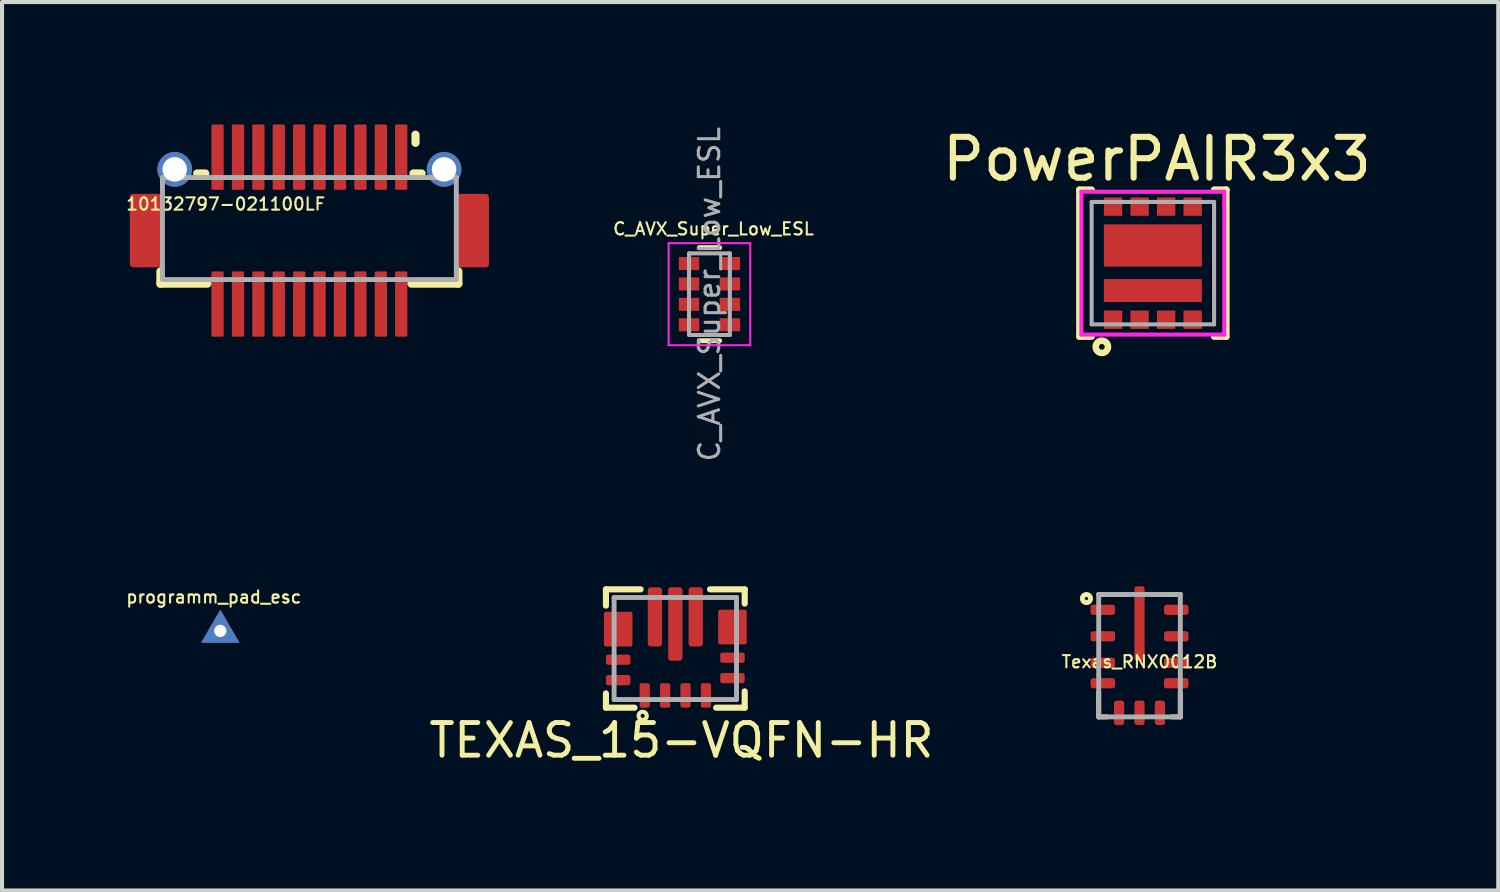
<source format=kicad_pcb>
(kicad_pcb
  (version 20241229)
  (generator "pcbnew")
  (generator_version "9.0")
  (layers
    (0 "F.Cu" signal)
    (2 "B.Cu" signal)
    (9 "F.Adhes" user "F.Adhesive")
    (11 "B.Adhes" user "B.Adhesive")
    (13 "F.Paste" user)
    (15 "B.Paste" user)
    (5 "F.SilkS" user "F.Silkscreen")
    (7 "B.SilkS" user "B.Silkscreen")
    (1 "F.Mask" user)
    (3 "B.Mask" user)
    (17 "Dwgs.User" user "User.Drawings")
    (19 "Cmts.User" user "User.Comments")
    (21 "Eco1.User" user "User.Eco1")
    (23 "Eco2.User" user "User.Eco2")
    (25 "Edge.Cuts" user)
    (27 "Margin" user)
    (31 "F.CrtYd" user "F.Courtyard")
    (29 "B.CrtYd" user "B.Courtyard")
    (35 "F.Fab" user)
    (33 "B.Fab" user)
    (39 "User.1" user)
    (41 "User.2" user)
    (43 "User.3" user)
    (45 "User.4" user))
  (footprint "PowerPAIR3x3"
    (layer "F.Cu")
    (at 25.198 3.398)
    (property "Reference" "PowerPAIR3x3" (at 0.1 -2.55 0) (layer "F.SilkS") (effects (font (size 1 1) (thickness 0.15))))
    (attr through_hole)
    (fp_line (start -1.8 -1.8) (end -1.8 1.8) (stroke (width 0.16) (type solid)) (layer "F.SilkS"))
    (fp_line (start -1.8 1.8) (end -1.5 1.8) (stroke (width 0.16) (type solid)) (layer "F.SilkS"))
    (fp_line (start -1.5 -1.8) (end -1.8 -1.8) (stroke (width 0.16) (type solid)) (layer "F.SilkS"))
    (fp_line (start 1.5 -1.8) (end 1.8 -1.8) (stroke (width 0.16) (type solid)) (layer "F.SilkS"))
    (fp_line (start 1.8 -1.8) (end 1.8 1.8) (stroke (width 0.16) (type solid)) (layer "F.SilkS"))
    (fp_line (start 1.8 1.8) (end 1.5 1.8) (stroke (width 0.16) (type solid)) (layer "F.SilkS"))
    (fp_circle (center -1.25 2.05) (end -1.2 2.1) (stroke (width 0.16) (type solid)) (fill no) (layer "F.SilkS"))
    (fp_line (start -1.75 -1.75) (end -1.75 1.75) (stroke (width 0.1) (type solid)) (layer "F.CrtYd"))
    (fp_line (start -1.75 -1.75) (end 1.75 -1.75) (stroke (width 0.1) (type solid)) (layer "F.CrtYd"))
    (fp_line (start -1.75 1.75) (end 1.75 1.75) (stroke (width 0.1) (type solid)) (layer "F.CrtYd"))
    (fp_line (start 1.75 -1.75) (end 1.75 1.75) (stroke (width 0.1) (type solid)) (layer "F.CrtYd"))
    (fp_line (start -1.5 -1.5) (end 1.5 -1.5) (stroke (width 0.1) (type solid)) (layer "F.Fab"))
    (fp_line (start -1.5 1.5) (end -1.5 -1.5) (stroke (width 0.1) (type solid)) (layer "F.Fab"))
    (fp_line (start 1.5 -1.5) (end 1.5 1.5) (stroke (width 0.1) (type solid)) (layer "F.Fab"))
    (fp_line (start 1.5 1.5) (end -1.5 1.5) (stroke (width 0.1) (type solid)) (layer "F.Fab"))
    (pad "1" smd rect (at -0.975 1.386) (size 0.45 0.45) (layers "F.Cu" "F.Mask" "F.Paste"))
    (pad "2" smd rect (at -0.325 1.386) (size 0.45 0.45) (layers "F.Cu" "F.Mask" "F.Paste"))
    (pad "2" smd rect (at 0 0.671) (size 2.4 0.562) (layers "F.Cu" "F.Mask" "F.Paste"))
    (pad "2" smd rect (at 0.325 1.386) (size 0.45 0.45) (layers "F.Cu" "F.Mask" "F.Paste"))
    (pad "2" smd rect (at 0.975 1.386) (size 0.45 0.45) (layers "F.Cu" "F.Mask" "F.Paste"))
    (pad "3" smd rect (at 0 -0.434) (size 2.4 1.036) (layers "F.Cu" "F.Mask" "F.Paste"))
    (pad "4" smd rect (at -0.325 -1.386) (size 0.45 0.45) (layers "F.Cu" "F.Mask" "F.Paste"))
    (pad "4" smd rect (at 0.325 -1.386) (size 0.45 0.45) (layers "F.Cu" "F.Mask" "F.Paste"))
    (pad "4" smd rect (at 0.975 -1.386) (size 0.45 0.45) (layers "F.Cu" "F.Mask" "F.Paste"))
    (pad "5" smd rect (at -0.975 -1.386) (size 0.45 0.45) (layers "F.Cu" "F.Mask" "F.Paste")))
  (footprint "C_AVX_Super_Low_ESL"
    (layer "F.Cu")
    (at 14.233 4.158)
    (property "Reference" "C_AVX_Super_Low_ESL" (at 0.2 -1.6 0) (layer "F.SilkS") (effects (font (size 0.3 0.3) (thickness 0.05))))
    (attr through_hole)
    (fp_line (start 0.35 -1.14) (end -0.15 -1.14) (stroke (width 0.12) (type solid)) (layer "F.SilkS"))
    (fp_line (start 0.35 1.14) (end -0.15 1.14) (stroke (width 0.12) (type solid)) (layer "F.SilkS"))
    (fp_line (start -0.9 -1.25) (end -0.9 1.25) (stroke (width 0.05) (type solid)) (layer "F.CrtYd"))
    (fp_line (start -0.9 -1.25) (end 1.1 -1.25) (stroke (width 0.05) (type solid)) (layer "F.CrtYd"))
    (fp_line (start 1.1 1.25) (end -0.9 1.25) (stroke (width 0.05) (type solid)) (layer "F.CrtYd"))
    (fp_line (start 1.1 1.25) (end 1.1 -1.25) (stroke (width 0.05) (type solid)) (layer "F.CrtYd"))
    (fp_line (start -0.4 -1) (end 0.6 -1) (stroke (width 0.1) (type solid)) (layer "F.Fab"))
    (fp_line (start -0.4 1) (end -0.4 -1) (stroke (width 0.1) (type solid)) (layer "F.Fab"))
    (fp_line (start 0.6 -1) (end 0.6 1) (stroke (width 0.1) (type solid)) (layer "F.Fab"))
    (fp_line (start 0.6 1) (end -0.4 1) (stroke (width 0.1) (type solid)) (layer "F.Fab"))
    (fp_text user "${REFERENCE}" (at 0.1 0 90) (layer "F.Fab") (effects (font (size 0.5 0.5) (thickness 0.075))))
    (pad "1" smd rect (at -0.4 -0.75) (size 0.5 0.32) (layers "F.Cu" "F.Mask" "F.Paste"))
    (pad "1" smd rect (at -0.4 0.25) (size 0.5 0.32) (layers "F.Cu" "F.Mask" "F.Paste"))
    (pad "1" smd rect (at 0.6 -0.25) (size 0.5 0.32) (layers "F.Cu" "F.Mask" "F.Paste"))
    (pad "1" smd rect (at 0.6 0.75) (size 0.5 0.32) (layers "F.Cu" "F.Mask" "F.Paste"))
    (pad "2" smd rect (at -0.4 -0.25) (size 0.5 0.32) (layers "F.Cu" "F.Mask" "F.Paste"))
    (pad "2" smd rect (at -0.4 0.75) (size 0.5 0.32) (layers "F.Cu" "F.Mask" "F.Paste"))
    (pad "2" smd rect (at 0.6 -0.75) (size 0.5 0.32) (layers "F.Cu" "F.Mask" "F.Paste"))
    (pad "2" smd rect (at 0.6 0.25) (size 0.5 0.32) (layers "F.Cu" "F.Mask" "F.Paste")))
  (footprint "TEXAS_15-VQFN-HR"
    (layer "F.Cu")
    (at 13.497 12.84)
    (property "Reference" "TEXAS_15-VQFN-HR" (at 0.15 2.25 0) (layer "F.SilkS") (effects (font (size 0.8 0.8) (thickness 0.12))))
    (attr through_hole)
    (fp_line (start -1.7 -1.05) (end -1.7 -1.45) (stroke (width 0.15) (type solid)) (layer "F.SilkS"))
    (fp_line (start -1.7 1.1) (end -1.7 1.45) (stroke (width 0.15) (type solid)) (layer "F.SilkS"))
    (fp_line (start -1 1.45) (end -1.7 1.45) (stroke (width 0.15) (type solid)) (layer "F.SilkS"))
    (fp_line (start -0.85 -1.45) (end -1.7 -1.45) (stroke (width 0.15) (type solid)) (layer "F.SilkS"))
    (fp_line (start 0.85 -1.45) (end 1.7 -1.45) (stroke (width 0.15) (type solid)) (layer "F.SilkS"))
    (fp_line (start 1 1.45) (end 1.7 1.45) (stroke (width 0.15) (type solid)) (layer "F.SilkS"))
    (fp_line (start 1.7 -1.1) (end 1.7 -1.45) (stroke (width 0.15) (type solid)) (layer "F.SilkS"))
    (fp_line (start 1.7 1.05) (end 1.7 1.45) (stroke (width 0.15) (type solid)) (layer "F.SilkS"))
    (fp_circle (center -0.8 1.65) (end -0.7 1.65) (stroke (width 0.1) (type solid)) (fill no) (layer "F.SilkS"))
    (fp_line (start -1.5 -1.25) (end -1.5 1.25) (stroke (width 0.12) (type solid)) (layer "F.Fab"))
    (fp_line (start -1.5 1.25) (end 1.5 1.25) (stroke (width 0.12) (type solid)) (layer "F.Fab"))
    (fp_line (start 1.5 -1.25) (end -1.5 -1.25) (stroke (width 0.12) (type solid)) (layer "F.Fab"))
    (fp_line (start 1.5 1.25) (end 1.5 -1.25) (stroke (width 0.12) (type solid)) (layer "F.Fab"))
    (pad "" smd roundrect (at -0.5 -1.163) (size 0.25 0.575) (layers "F.Paste") (roundrect_rratio 0.2))
    (pad "" smd roundrect (at -0.5 -0.388) (size 0.25 0.575) (layers "F.Paste") (roundrect_rratio 0.2))
    (pad "" smd roundrect (at 0 -1.06) (size 0.25 0.72) (layers "F.Paste") (roundrect_rratio 0.2))
    (pad "" smd roundrect (at 0 -0.14) (size 0.25 0.72) (layers "F.Paste") (roundrect_rratio 0.2))
    (pad "" smd roundrect (at 0.5 -1.163) (size 0.25 0.575) (layers "F.Paste") (roundrect_rratio 0.2))
    (pad "" smd roundrect (at 0.5 -0.388) (size 0.25 0.575) (layers "F.Paste") (roundrect_rratio 0.2))
    (pad "1" smd roundrect (at -0.75 1.15) (size 0.25 0.6) (layers "F.Cu" "F.Mask" "F.Paste") (roundrect_rratio 0.2))
    (pad "2" smd roundrect (at -0.25 1.15) (size 0.25 0.6) (layers "F.Cu" "F.Mask" "F.Paste") (roundrect_rratio 0.2))
    (pad "3" smd roundrect (at 0.25 1.15) (size 0.25 0.6) (layers "F.Cu" "F.Mask" "F.Paste") (roundrect_rratio 0.2))
    (pad "4" smd roundrect (at 0.75 1.15) (size 0.25 0.6) (layers "F.Cu" "F.Mask" "F.Paste") (roundrect_rratio 0.2))
    (pad "5" smd roundrect (at 1.4 0.725 90) (size 0.25 0.6) (layers "F.Cu" "F.Mask" "F.Paste") (roundrect_rratio 0.2))
    (pad "6" smd roundrect (at 1.4 0.225 90) (size 0.25 0.6) (layers "F.Cu" "F.Mask" "F.Paste") (roundrect_rratio 0.2))
    (pad "7" smd rect (at 1.225 -0.525 180) (size 0.25 0.6) (layers "F.Cu" "F.Mask" "F.Paste"))
    (pad "7" smd roundrect (at 1.4 -0.775 90) (size 0.25 0.6) (layers "F.Cu" "F.Mask" "F.Paste") (roundrect_rratio 0.2))
    (pad "7" smd roundrect (at 1.4 -0.525 90) (size 0.85 0.7) (layers "F.Cu") (roundrect_rratio 0.071))
    (pad "7" smd roundrect (at 1.4 -0.275 90) (size 0.25 0.6) (layers "F.Cu" "F.Mask" "F.Paste") (roundrect_rratio 0.2))
    (pad "9" smd roundrect (at 0.5 -0.775) (size 0.35 1.45) (layers "F.Cu" "F.Mask") (roundrect_rratio 0.2))
    (pad "10" smd roundrect (at 0 -0.6) (size 0.35 1.8) (layers "F.Cu" "F.Mask") (roundrect_rratio 0.2))
    (pad "11" smd roundrect (at -0.5 -0.775) (size 0.35 1.45) (layers "F.Cu" "F.Mask") (roundrect_rratio 0.2))
    (pad "13" smd roundrect (at -1.4 -0.725 270) (size 0.25 0.6) (layers "F.Cu" "F.Mask" "F.Paste") (roundrect_rratio 0.2))
    (pad "13" smd roundrect (at -1.4 -0.475 90) (size 0.85 0.7) (layers "F.Cu") (roundrect_rratio 0.071))
    (pad "13" smd roundrect (at -1.4 -0.225 270) (size 0.25 0.6) (layers "F.Cu" "F.Mask" "F.Paste") (roundrect_rratio 0.2))
    (pad "13" smd rect (at -1.225 -0.5) (size 0.25 0.6) (layers "F.Cu" "F.Mask" "F.Paste"))
    (pad "14" smd roundrect (at -1.4 0.275 270) (size 0.25 0.6) (layers "F.Cu" "F.Mask" "F.Paste") (roundrect_rratio 0.2))
    (pad "15" smd roundrect (at -1.4 0.775 270) (size 0.25 0.6) (layers "F.Cu" "F.Mask" "F.Paste") (roundrect_rratio 0.2)))
  (footprint "Texas_RNX0012B"
    (layer "F.Cu")
    (at 24.871 13.016)
    (property "Reference" "Texas_RNX0012B" (at 0 0.15 0) (layer "F.SilkS") (effects (font (size 0.3 0.3) (thickness 0.05))))
    (attr through_hole)
    (fp_line (start -1 -1.5) (end -0.3 -1.5) (stroke (width 0.12) (type solid)) (layer "F.SilkS"))
    (fp_line (start -1 0.9) (end -1 1.5) (stroke (width 0.12) (type solid)) (layer "F.SilkS"))
    (fp_line (start -1 1.5) (end -0.8 1.5) (stroke (width 0.12) (type solid)) (layer "F.SilkS"))
    (fp_line (start 0.3 -1.5) (end 1 -1.5) (stroke (width 0.12) (type solid)) (layer "F.SilkS"))
    (fp_line (start 1 0.9) (end 1 1.5) (stroke (width 0.12) (type solid)) (layer "F.SilkS"))
    (fp_line (start 1 1.5) (end 0.8 1.5) (stroke (width 0.12) (type solid)) (layer "F.SilkS"))
    (fp_circle (center -1.3 -1.4) (end -1.2 -1.4) (stroke (width 0.12) (type solid)) (fill no) (layer "F.SilkS"))
    (fp_line (start -1 -1.5) (end 1 -1.5) (stroke (width 0.12) (type solid)) (layer "F.Fab"))
    (fp_line (start -1 1.5) (end -1 -1.5) (stroke (width 0.12) (type solid)) (layer "F.Fab"))
    (fp_line (start 1 -1.5) (end 1 1.5) (stroke (width 0.12) (type solid)) (layer "F.Fab"))
    (fp_line (start 1 1.5) (end -1 1.5) (stroke (width 0.12) (type solid)) (layer "F.Fab"))
    (pad "1" smd roundrect (at -0.9 -1.125 90) (size 0.25 0.6) (layers "F.Cu" "F.Mask" "F.Paste") (roundrect_rratio 0.25))
    (pad "2" smd roundrect (at -0.9 -0.475 90) (size 0.25 0.6) (layers "F.Cu" "F.Mask" "F.Paste") (roundrect_rratio 0.25))
    (pad "3" smd roundrect (at -0.9 0.175 90) (size 0.25 0.6) (layers "F.Cu" "F.Mask" "F.Paste") (roundrect_rratio 0.25))
    (pad "4" smd roundrect (at -0.9 0.675 90) (size 0.25 0.6) (layers "F.Cu" "F.Mask" "F.Paste") (roundrect_rratio 0.25))
    (pad "5" smd roundrect (at -0.5 1.4 180) (size 0.25 0.6) (layers "F.Cu" "F.Mask" "F.Paste") (roundrect_rratio 0.25))
    (pad "6" smd roundrect (at 0 1.4 180) (size 0.25 0.6) (layers "F.Cu" "F.Mask" "F.Paste") (roundrect_rratio 0.25))
    (pad "7" smd roundrect (at 0.5 1.4 180) (size 0.25 0.6) (layers "F.Cu" "F.Mask" "F.Paste") (roundrect_rratio 0.25))
    (pad "8" smd roundrect (at 0.9 0.675 90) (size 0.25 0.6) (layers "F.Cu" "F.Mask" "F.Paste") (roundrect_rratio 0.25))
    (pad "9" smd roundrect (at 0.9 0.175 90) (size 0.25 0.6) (layers "F.Cu" "F.Mask" "F.Paste") (roundrect_rratio 0.25))
    (pad "10" smd roundrect (at 0.9 -0.475 90) (size 0.25 0.6) (layers "F.Cu" "F.Mask" "F.Paste") (roundrect_rratio 0.25))
    (pad "11" smd roundrect (at 0.9 -1.125 90) (size 0.25 0.6) (layers "F.Cu" "F.Mask" "F.Paste") (roundrect_rratio 0.25))
    (pad "12" smd roundrect (at 0 -0.788) (size 0.25 1.825) (layers "F.Cu" "F.Mask" "F.Paste") (roundrect_rratio 0.25)))
  (footprint "10132797-021100LF"
    (layer "F.Cu")
    (at 4.531 2.6)
    (property "Reference" "10132797-021100LF" (at -2.05 -0.65 0) (layer "F.SilkS") (effects (font (size 0.3 0.3) (thickness 0.05))))
    (attr through_hole)
    (fp_line (start -3.65 1.3) (end -3.65 1) (stroke (width 0.2) (type solid)) (layer "F.SilkS"))
    (fp_line (start -3.65 1.3) (end -2.5 1.3) (stroke (width 0.2) (type solid)) (layer "F.SilkS"))
    (fp_line (start -2.55 -1.4) (end -2.75 -1.4) (stroke (width 0.2) (type solid)) (layer "F.SilkS"))
    (fp_line (start 2.6 -2.35) (end 2.6 -2.15) (stroke (width 0.2) (type solid)) (layer "F.SilkS"))
    (fp_line (start 2.75 -1.4) (end 2.55 -1.4) (stroke (width 0.2) (type solid)) (layer "F.SilkS"))
    (fp_line (start 3.65 1) (end 3.65 1.3) (stroke (width 0.2) (type solid)) (layer "F.SilkS"))
    (fp_line (start 3.65 1.3) (end 2.5 1.3) (stroke (width 0.2) (type solid)) (layer "F.SilkS"))
    (fp_line (start -3.6 -1.3) (end 3.6 -1.3) (stroke (width 0.12) (type solid)) (layer "F.Fab"))
    (fp_line (start -3.6 1.2) (end -3.6 -1.3) (stroke (width 0.12) (type solid)) (layer "F.Fab"))
    (fp_line (start 3.6 -1.3) (end 3.6 1.2) (stroke (width 0.12) (type solid)) (layer "F.Fab"))
    (fp_line (start 3.6 1.2) (end -3.6 1.2) (stroke (width 0.12) (type solid)) (layer "F.Fab"))
    (pad "" smd roundrect (at -4 0 180) (size 0.8 1.8) (layers "F.Cu" "F.Mask" "F.Paste") (roundrect_rratio 0.1))
    (pad "" thru_hole circle (at -3.3 -1.5) (size 0.85 0.85) (drill 0.6) (layers "*.Cu" "*.Mask"))
    (pad "" thru_hole circle (at 3.3 -1.5) (size 0.85 0.85) (drill 0.6) (layers "*.Cu" "*.Mask"))
    (pad "" smd roundrect (at 4 0) (size 0.8 1.8) (layers "F.Cu" "F.Mask" "F.Paste") (roundrect_rratio 0.1))
    (pad "1" smd roundrect (at 2.25 -1.8 180) (size 0.3 1.6) (layers "F.Cu" "F.Mask" "F.Paste") (roundrect_rratio 0.1))
    (pad "2" smd roundrect (at 1.75 -1.8 180) (size 0.3 1.6) (layers "F.Cu" "F.Mask" "F.Paste") (roundrect_rratio 0.1))
    (pad "3" smd roundrect (at 1.25 -1.8 180) (size 0.3 1.6) (layers "F.Cu" "F.Mask" "F.Paste") (roundrect_rratio 0.1))
    (pad "4" smd roundrect (at 0.75 -1.8 180) (size 0.3 1.6) (layers "F.Cu" "F.Mask" "F.Paste") (roundrect_rratio 0.1))
    (pad "5" smd roundrect (at 0.25 -1.8 180) (size 0.3 1.6) (layers "F.Cu" "F.Mask" "F.Paste") (roundrect_rratio 0.1))
    (pad "6" smd roundrect (at -0.25 -1.8 180) (size 0.3 1.6) (layers "F.Cu" "F.Mask" "F.Paste") (roundrect_rratio 0.1))
    (pad "7" smd roundrect (at -0.75 -1.8 180) (size 0.3 1.6) (layers "F.Cu" "F.Mask" "F.Paste") (roundrect_rratio 0.1))
    (pad "8" smd roundrect (at -1.25 -1.8 180) (size 0.3 1.6) (layers "F.Cu" "F.Mask" "F.Paste") (roundrect_rratio 0.1))
    (pad "9" smd roundrect (at -1.75 -1.8 180) (size 0.3 1.6) (layers "F.Cu" "F.Mask" "F.Paste") (roundrect_rratio 0.1))
    (pad "10" smd roundrect (at -2.25 -1.8 180) (size 0.3 1.6) (layers "F.Cu" "F.Mask" "F.Paste") (roundrect_rratio 0.1))
    (pad "11" smd roundrect (at -2.25 1.8) (size 0.3 1.6) (layers "F.Cu" "F.Mask" "F.Paste") (roundrect_rratio 0.1))
    (pad "12" smd roundrect (at -1.75 1.8) (size 0.3 1.6) (layers "F.Cu" "F.Mask" "F.Paste") (roundrect_rratio 0.1))
    (pad "13" smd roundrect (at -1.25 1.8) (size 0.3 1.6) (layers "F.Cu" "F.Mask" "F.Paste") (roundrect_rratio 0.1))
    (pad "14" smd roundrect (at -0.75 1.8) (size 0.3 1.6) (layers "F.Cu" "F.Mask" "F.Paste") (roundrect_rratio 0.1))
    (pad "15" smd roundrect (at -0.25 1.8) (size 0.3 1.6) (layers "F.Cu" "F.Mask" "F.Paste") (roundrect_rratio 0.1))
    (pad "16" smd roundrect (at 0.25 1.8) (size 0.3 1.6) (layers "F.Cu" "F.Mask" "F.Paste") (roundrect_rratio 0.1))
    (pad "17" smd roundrect (at 0.75 1.8) (size 0.3 1.6) (layers "F.Cu" "F.Mask" "F.Paste") (roundrect_rratio 0.1))
    (pad "18" smd roundrect (at 1.25 1.8) (size 0.3 1.6) (layers "F.Cu" "F.Mask" "F.Paste") (roundrect_rratio 0.1))
    (pad "19" smd roundrect (at 1.75 1.8) (size 0.3 1.6) (layers "F.Cu" "F.Mask" "F.Paste") (roundrect_rratio 0.1))
    (pad "20" smd roundrect (at 2.25 1.8) (size 0.3 1.6) (layers "F.Cu" "F.Mask" "F.Paste") (roundrect_rratio 0.1)))
  (footprint "programm_pad_esc"
    (layer "F.Cu")
    (at 2.348 12.409)
    (property "Reference" "programm_pad_esc" (at -0.16 -0.83 0) (layer "F.SilkS") (effects (font (size 0.3 0.3) (thickness 0.05))))
    (attr through_hole)
    (pad "1" thru_hole custom (at 0 0) (size 0.5 0.5) (drill 0.3) (layers "*.Cu") (options (anchor circle)) (primitives (gr_poly (pts (xy -0.47 0.29) (xy 0.47 0.29) (xy 0 -0.52)) (width 0) (fill yes))))
    (pad "1" smd custom (at 0 0.01) (size 0.1 0.1) (layers "F.Cu" "F.Mask") (options (anchor circle)) (primitives (gr_poly (pts (xy -0.32 0.2) (xy 0.32 0.2) (xy 0 -0.36)) (width 0) (fill yes))))
    (pad "1" smd custom (at 0 0.01) (size 0.1 0.1) (layers "B.Cu" "B.Mask") (options (anchor circle)) (primitives (gr_poly (pts (xy -0.32 0.2) (xy 0.32 0.2) (xy 0 -0.36)) (width 0) (fill yes)))))
  (gr_rect
    (start -3 -3)
    (end 33.661 18.769)
    (stroke (width 0.1) (type default))
    (fill no)
    (layer "Edge.Cuts")))
</source>
